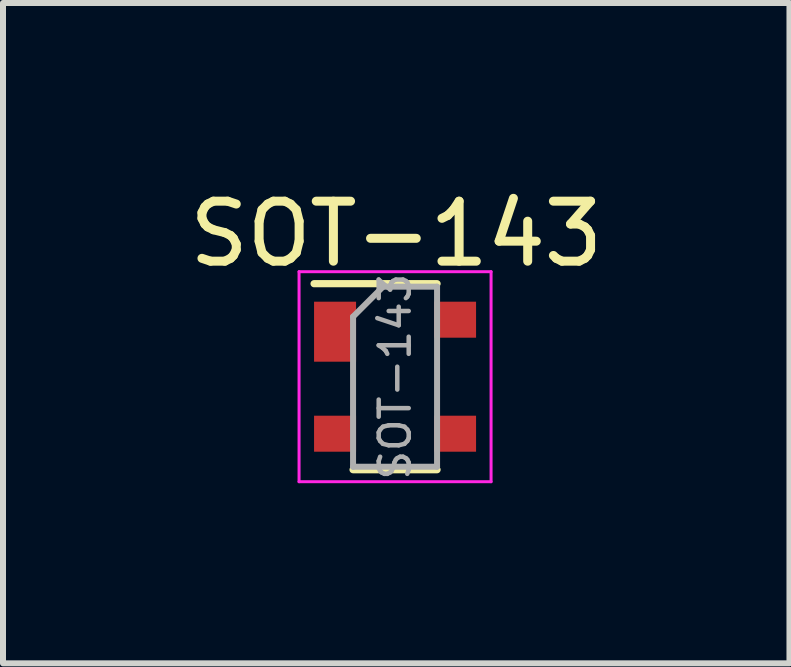
<source format=kicad_pcb>
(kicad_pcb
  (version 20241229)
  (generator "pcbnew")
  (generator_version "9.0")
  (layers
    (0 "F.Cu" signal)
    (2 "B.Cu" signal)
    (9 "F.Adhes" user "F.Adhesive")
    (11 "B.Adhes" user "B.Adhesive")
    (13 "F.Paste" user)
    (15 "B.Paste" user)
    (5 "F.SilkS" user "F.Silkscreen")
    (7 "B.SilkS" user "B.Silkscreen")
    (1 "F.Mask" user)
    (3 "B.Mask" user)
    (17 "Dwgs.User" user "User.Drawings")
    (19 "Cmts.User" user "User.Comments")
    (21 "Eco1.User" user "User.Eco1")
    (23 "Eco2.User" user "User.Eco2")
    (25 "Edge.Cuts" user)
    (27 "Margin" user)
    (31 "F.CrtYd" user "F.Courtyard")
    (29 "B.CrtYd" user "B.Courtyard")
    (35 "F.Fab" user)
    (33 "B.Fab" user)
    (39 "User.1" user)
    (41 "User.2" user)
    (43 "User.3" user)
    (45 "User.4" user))
  (footprint "SOT-143"
    (layer "F.Cu")
    (at 3.534 3.228)
    (property "Reference" "SOT-143" (at 0.02 -2.38 0) (layer "F.SilkS") (effects (font (size 1 1) (thickness 0.15))))
    (attr smd)
    (fp_line (start -0.7 1.55) (end 0.7 1.55) (stroke (width 0.12) (type solid)) (layer "F.SilkS"))
    (fp_line (start 0.7 -1.55) (end -1.35 -1.55) (stroke (width 0.12) (type solid)) (layer "F.SilkS"))
    (fp_line (start -1.6 1.75) (end -1.6 -1.75) (stroke (width 0.05) (type solid)) (layer "F.CrtYd"))
    (fp_line (start -1.6 1.75) (end 1.6 1.75) (stroke (width 0.05) (type solid)) (layer "F.CrtYd"))
    (fp_line (start 1.6 -1.75) (end -1.6 -1.75) (stroke (width 0.05) (type solid)) (layer "F.CrtYd"))
    (fp_line (start 1.6 -1.75) (end 1.6 1.75) (stroke (width 0.05) (type solid)) (layer "F.CrtYd"))
    (fp_line (start -0.7 -1) (end -0.2 -1.5) (stroke (width 0.1) (type solid)) (layer "F.Fab"))
    (fp_line (start -0.7 1.5) (end -0.7 -1) (stroke (width 0.1) (type solid)) (layer "F.Fab"))
    (fp_line (start -0.2 -1.5) (end 0.7 -1.5) (stroke (width 0.1) (type solid)) (layer "F.Fab"))
    (fp_line (start 0.7 -1.5) (end 0.7 1.5) (stroke (width 0.1) (type solid)) (layer "F.Fab"))
    (fp_line (start 0.7 1.5) (end -0.7 1.5) (stroke (width 0.1) (type solid)) (layer "F.Fab"))
    (fp_text user "${REFERENCE}" (at 0 0 90) (layer "F.Fab") (effects (font (size 0.5 0.5) (thickness 0.075))))
    (pad "1" smd rect (at -1 -0.75 270) (size 1 0.7) (layers "F.Cu" "F.Mask" "F.Paste"))
    (pad "2" smd rect (at -1 0.95 270) (size 0.6 0.7) (layers "F.Cu" "F.Mask" "F.Paste"))
    (pad "3" smd rect (at 1 0.95 270) (size 0.6 0.7) (layers "F.Cu" "F.Mask" "F.Paste"))
    (pad "4" smd rect (at 1 -0.95 270) (size 0.6 0.7) (layers "F.Cu" "F.Mask" "F.Paste")))
  (gr_rect
    (start -3 -3)
    (end 10.107 8.005)
    (stroke (width 0.1) (type default))
    (fill no)
    (layer "Edge.Cuts")))
</source>
